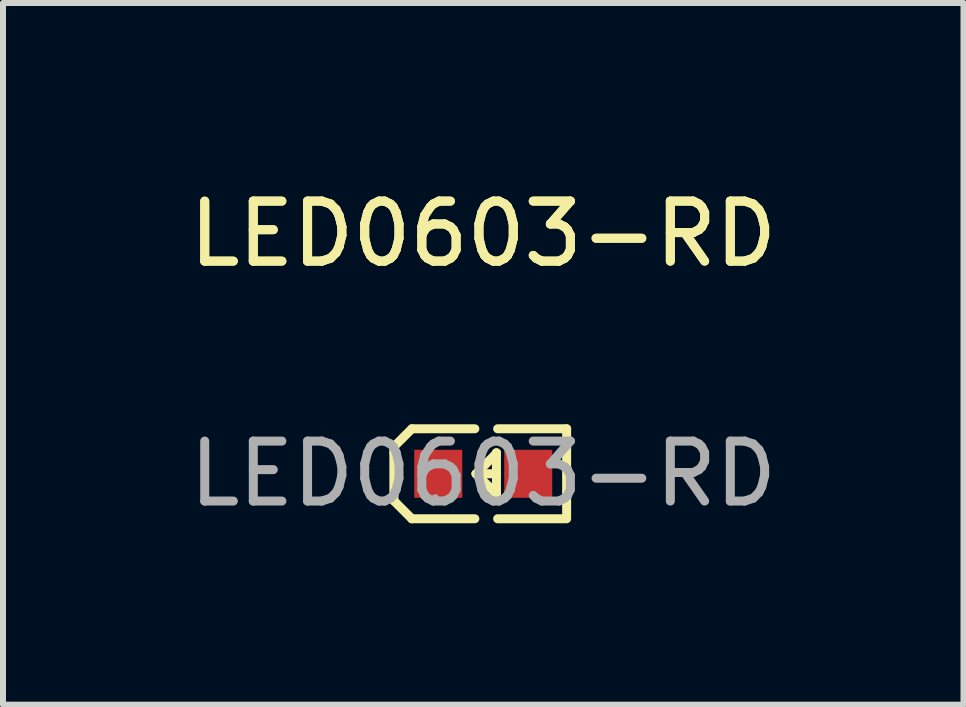
<source format=kicad_pcb>
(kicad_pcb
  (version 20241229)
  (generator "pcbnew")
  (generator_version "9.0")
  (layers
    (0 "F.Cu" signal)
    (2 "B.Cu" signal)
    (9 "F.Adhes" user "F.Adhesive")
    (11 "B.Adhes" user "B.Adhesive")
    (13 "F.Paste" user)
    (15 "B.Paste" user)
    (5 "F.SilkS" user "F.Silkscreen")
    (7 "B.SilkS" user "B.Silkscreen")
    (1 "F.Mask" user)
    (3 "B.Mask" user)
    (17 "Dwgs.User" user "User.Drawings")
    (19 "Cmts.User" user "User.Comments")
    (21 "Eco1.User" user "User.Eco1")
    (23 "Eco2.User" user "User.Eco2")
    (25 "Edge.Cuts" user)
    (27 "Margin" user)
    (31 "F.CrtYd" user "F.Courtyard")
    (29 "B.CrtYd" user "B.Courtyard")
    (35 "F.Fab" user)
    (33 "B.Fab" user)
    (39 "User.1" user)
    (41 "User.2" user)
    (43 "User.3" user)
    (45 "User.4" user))
  (footprint "LED0603-RD"
    (layer "F.Cu")
    (at 5.006 4.848)
    (property "Reference" "LED0603-RD" (at 0 -4 0) (layer "F.SilkS") (effects (font (size 1 1) (thickness 0.15))))
    (attr smd)
    (fp_line (start -1.49 -0.45) (end -1.19 -0.75) (stroke (width 0.15) (type solid)) (layer "F.SilkS"))
    (fp_line (start -1.49 -0.35) (end -1.49 -0.45) (stroke (width 0.15) (type solid)) (layer "F.SilkS"))
    (fp_line (start -1.49 -0.35) (end -1.49 0.35) (stroke (width 0.15) (type solid)) (layer "F.SilkS"))
    (fp_line (start -1.49 0.35) (end -1.49 0.45) (stroke (width 0.15) (type solid)) (layer "F.SilkS"))
    (fp_line (start -1.49 0.45) (end -1.19 0.75) (stroke (width 0.15) (type solid)) (layer "F.SilkS"))
    (fp_line (start -0.14 -0.75) (end -1.19 -0.75) (stroke (width 0.15) (type solid)) (layer "F.SilkS"))
    (fp_line (start -0.14 0.75) (end -1.19 0.75) (stroke (width 0.15) (type solid)) (layer "F.SilkS"))
    (fp_line (start 0.21 0.33) (end -0.12 0) (stroke (width 0.15) (type solid)) (layer "F.SilkS"))
    (fp_line (start 0.22 -0.35) (end 0.22 -0.34) (stroke (width 0.15) (type solid)) (layer "F.SilkS"))
    (fp_line (start 0.22 -0.35) (end 0.22 0.33) (stroke (width 0.15) (type solid)) (layer "F.SilkS"))
    (fp_line (start 0.22 -0.34) (end -0.12 0) (stroke (width 0.15) (type solid)) (layer "F.SilkS"))
    (fp_line (start 0.22 0) (end -0.12 0) (stroke (width 0.15) (type solid)) (layer "F.SilkS"))
    (fp_line (start 0.22 0.33) (end 0.21 0.33) (stroke (width 0.15) (type solid)) (layer "F.SilkS"))
    (fp_line (start 0.24 -0.75) (end 1.39 -0.75) (stroke (width 0.15) (type solid)) (layer "F.SilkS"))
    (fp_line (start 0.24 0.75) (end 1.39 0.75) (stroke (width 0.15) (type solid)) (layer "F.SilkS"))
    (fp_line (start 1.39 -0.75) (end 1.39 0.73) (stroke (width 0.15) (type solid)) (layer "F.SilkS"))
    (fp_circle (center -0.8 0.4) (end -0.77 0.4) (stroke (width 0.06) (type solid)) (fill no) (layer "F.Fab"))
    (fp_text user "${REFERENCE}" (at 0 -4 0) (layer "F.SilkS") (effects (font (size 1 1) (thickness 0.15))))
    (fp_text user "${REFERENCE}" (at 0 0 0) (layer "F.Fab") (effects (font (size 1 1) (thickness 0.15))))
    (pad "1" smd rect (at -0.75 0 90) (size 0.8 0.8) (layers "F.Cu" "F.Mask" "F.Paste"))
    (pad "2" smd rect (at 0.75 0 90) (size 0.8 0.8) (layers "F.Cu" "F.Mask" "F.Paste")))
  (gr_rect
    (start -3 -3)
    (end 13.012 8.697)
    (stroke (width 0.1) (type default))
    (fill no)
    (layer "Edge.Cuts")))
</source>
